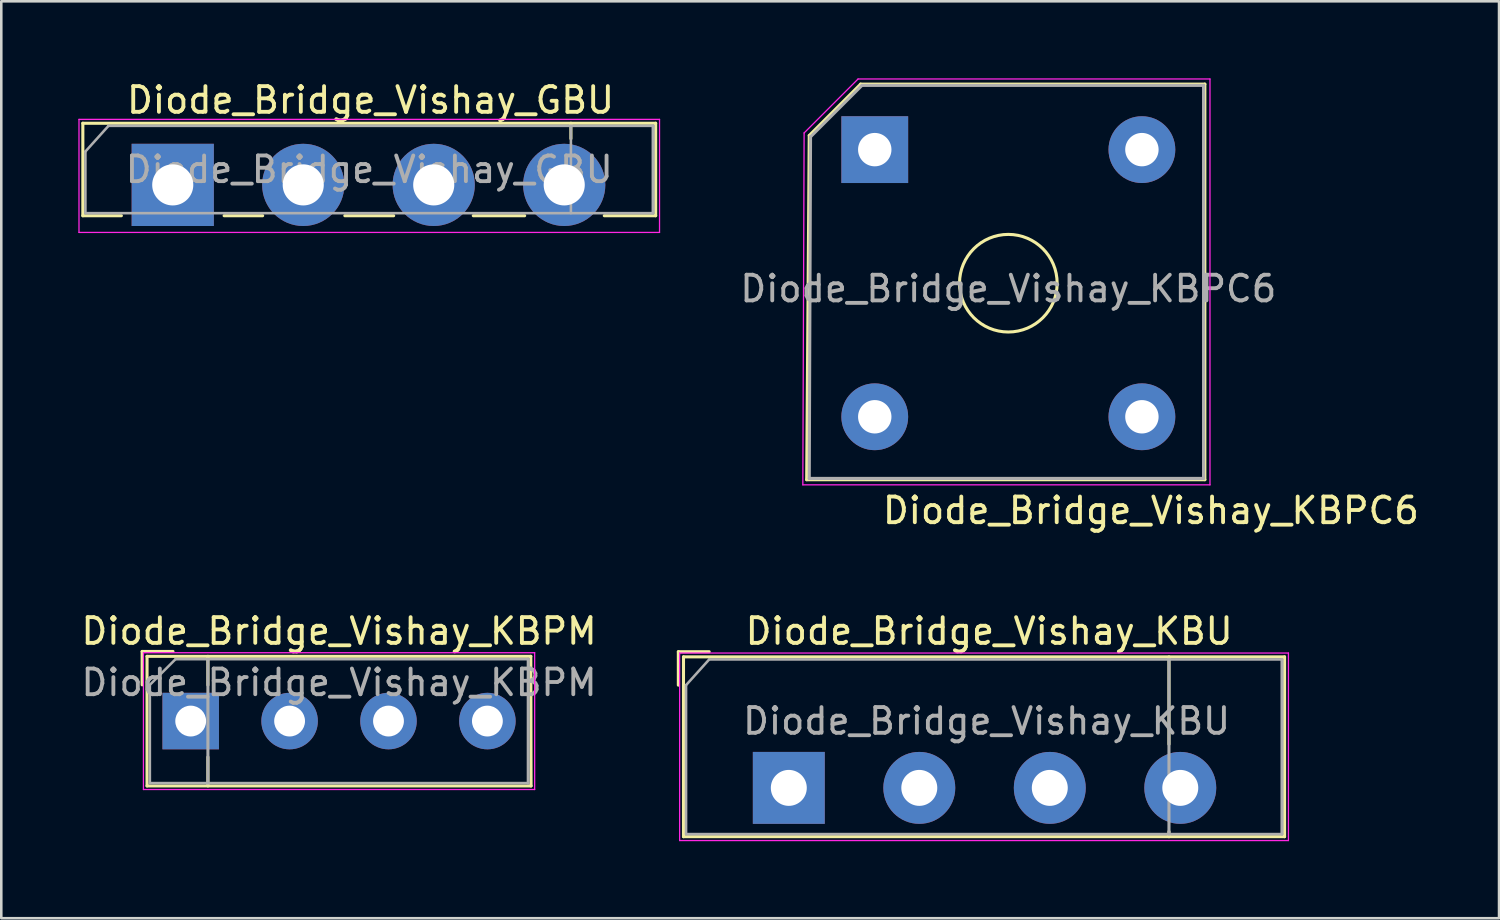
<source format=kicad_pcb>
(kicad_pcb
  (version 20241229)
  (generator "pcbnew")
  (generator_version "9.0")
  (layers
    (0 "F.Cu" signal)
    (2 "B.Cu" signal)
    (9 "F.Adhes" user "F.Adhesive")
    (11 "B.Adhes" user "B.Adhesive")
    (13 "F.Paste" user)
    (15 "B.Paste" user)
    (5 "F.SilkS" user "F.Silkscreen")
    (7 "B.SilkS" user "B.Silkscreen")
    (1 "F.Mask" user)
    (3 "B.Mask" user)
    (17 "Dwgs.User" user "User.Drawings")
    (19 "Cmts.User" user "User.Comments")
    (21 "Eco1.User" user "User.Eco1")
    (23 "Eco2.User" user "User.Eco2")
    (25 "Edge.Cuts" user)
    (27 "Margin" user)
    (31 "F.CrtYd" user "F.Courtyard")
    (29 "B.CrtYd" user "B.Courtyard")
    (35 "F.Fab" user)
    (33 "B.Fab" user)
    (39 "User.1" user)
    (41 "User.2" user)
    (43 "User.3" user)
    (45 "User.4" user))
  (footprint "Diode_Bridge_Vishay_KBPC6"
    (layer "F.Cu")
    (at 31.004 2.775)
    (property "Reference" "Diode_Bridge_Vishay_KBPC6" (at 10.75 14.05 180) (layer "F.SilkS") (effects (font (size 1 1) (thickness 0.15))))
    (attr through_hole)
    (fp_line (start -2.65 12.85) (end 12.85 12.85) (stroke (width 0.12) (type solid)) (layer "F.SilkS"))
    (fp_line (start -2.55 -0.55) (end -2.65 12.85) (stroke (width 0.12) (type solid)) (layer "F.SilkS"))
    (fp_line (start -0.55 -2.55) (end -2.55 -0.55) (stroke (width 0.12) (type solid)) (layer "F.SilkS"))
    (fp_line (start 12.85 -2.55) (end -0.55 -2.55) (stroke (width 0.12) (type solid)) (layer "F.SilkS"))
    (fp_line (start 12.85 12.85) (end 12.85 -2.55) (stroke (width 0.12) (type solid)) (layer "F.SilkS"))
    (fp_circle (center 5.2 5.2) (end 5.2 7.1) (stroke (width 0.12) (type solid)) (fill no) (layer "F.SilkS"))
    (fp_line (start -2.8 13.05) (end -2.75 -0.65) (stroke (width 0.05) (type solid)) (layer "F.CrtYd"))
    (fp_line (start -2.75 -0.65) (end -0.65 -2.75) (stroke (width 0.05) (type solid)) (layer "F.CrtYd"))
    (fp_line (start -0.65 -2.75) (end 13.05 -2.75) (stroke (width 0.05) (type solid)) (layer "F.CrtYd"))
    (fp_line (start 13.05 -2.75) (end 13.05 13.05) (stroke (width 0.05) (type solid)) (layer "F.CrtYd"))
    (fp_line (start 13.05 13.05) (end -2.8 13.05) (stroke (width 0.05) (type solid)) (layer "F.CrtYd"))
    (fp_line (start -2.55 12.8) (end -2.5 -0.5) (stroke (width 0.12) (type solid)) (layer "F.Fab"))
    (fp_line (start -2.5 -0.5) (end -0.5 -2.5) (stroke (width 0.12) (type solid)) (layer "F.Fab"))
    (fp_line (start -0.5 -2.5) (end 12.8 -2.5) (stroke (width 0.12) (type solid)) (layer "F.Fab"))
    (fp_line (start 12.8 -2.5) (end 12.8 12.8) (stroke (width 0.12) (type solid)) (layer "F.Fab"))
    (fp_line (start 12.8 12.8) (end -2.55 12.8) (stroke (width 0.12) (type solid)) (layer "F.Fab"))
    (fp_text user "${REFERENCE}" (at 5.2 5.415 180) (layer "F.Fab") (effects (font (size 1 1) (thickness 0.15))))
    (pad "1" thru_hole rect (at 0 0) (size 2.6 2.6) (drill 1.3) (layers "*.Cu" "*.Mask"))
    (pad "2" thru_hole circle (at 0 10.4) (size 2.6 2.6) (drill 1.3) (layers "*.Cu" "*.Mask"))
    (pad "3" thru_hole circle (at 10.4 10.4) (size 2.6 2.6) (drill 1.3) (layers "*.Cu" "*.Mask"))
    (pad "4" thru_hole circle (at 10.4 0) (size 2.6 2.6) (drill 1.3) (layers "*.Cu" "*.Mask")))
  (footprint "Diode_Bridge_Vishay_GBU"
    (layer "F.Cu")
    (at 3.675 4.148)
    (property "Reference" "Diode_Bridge_Vishay_GBU" (at 7.7 -3.3 0) (layer "F.SilkS") (effects (font (size 1 1) (thickness 0.15))))
    (attr through_hole)
    (fp_line (start -3.5 -2.4) (end -3.5 1.2) (stroke (width 0.12) (type solid)) (layer "F.SilkS"))
    (fp_line (start -3.5 1.2) (end -2 1.2) (stroke (width 0.12) (type solid)) (layer "F.SilkS"))
    (fp_line (start 2 1.2) (end 3.5 1.2) (stroke (width 0.12) (type solid)) (layer "F.SilkS"))
    (fp_line (start 6.7 1.2) (end 8.6 1.2) (stroke (width 0.12) (type solid)) (layer "F.SilkS"))
    (fp_line (start 11.7 1.2) (end 13.7 1.2) (stroke (width 0.12) (type solid)) (layer "F.SilkS"))
    (fp_line (start 15.5 -2.4) (end 15.5 -1.8) (stroke (width 0.12) (type solid)) (layer "F.SilkS"))
    (fp_line (start 16.8 1.2) (end 18.8 1.2) (stroke (width 0.12) (type solid)) (layer "F.SilkS"))
    (fp_line (start 18.8 -2.4) (end -3.5 -2.4) (stroke (width 0.12) (type solid)) (layer "F.SilkS"))
    (fp_line (start 18.8 1.2) (end 18.8 -2.4) (stroke (width 0.12) (type solid)) (layer "F.SilkS"))
    (fp_line (start -3.65 -2.55) (end -3.65 1.85) (stroke (width 0.05) (type solid)) (layer "F.CrtYd"))
    (fp_line (start -3.65 -2.55) (end 18.95 -2.55) (stroke (width 0.05) (type solid)) (layer "F.CrtYd"))
    (fp_line (start 18.95 1.85) (end -3.65 1.85) (stroke (width 0.05) (type solid)) (layer "F.CrtYd"))
    (fp_line (start 18.95 1.85) (end 18.95 -2.55) (stroke (width 0.05) (type solid)) (layer "F.CrtYd"))
    (fp_line (start -3.4 -1.3) (end -3.4 1.1) (stroke (width 0.1) (type solid)) (layer "F.Fab"))
    (fp_line (start -3.4 1.1) (end 18.7 1.1) (stroke (width 0.1) (type solid)) (layer "F.Fab"))
    (fp_line (start -2.5 -2.3) (end -3.4 -1.3) (stroke (width 0.1) (type solid)) (layer "F.Fab"))
    (fp_line (start 15.5 -2.3) (end 15.5 1.1) (stroke (width 0.1) (type solid)) (layer "F.Fab"))
    (fp_line (start 18.7 -2.3) (end -2.5 -2.3) (stroke (width 0.1) (type solid)) (layer "F.Fab"))
    (fp_line (start 18.7 1.1) (end 18.7 -2.3) (stroke (width 0.12) (type solid)) (layer "F.Fab"))
    (fp_text user "${REFERENCE}" (at 7.65 -0.6 0) (layer "F.Fab") (effects (font (size 1 1) (thickness 0.15))))
    (pad "1" thru_hole rect (at 0 0) (size 3.2 3.2) (drill 1.6) (layers "*.Cu" "*.Mask"))
    (pad "2" thru_hole circle (at 5.08 0) (size 3.2 3.2) (drill 1.6) (layers "*.Cu" "*.Mask"))
    (pad "3" thru_hole circle (at 10.16 0) (size 3.2 3.2) (drill 1.6) (layers "*.Cu" "*.Mask"))
    (pad "4" thru_hole circle (at 15.24 0) (size 3.2 3.2) (drill 1.6) (layers "*.Cu" "*.Mask")))
  (footprint "Diode_Bridge_Vishay_KBPM"
    (layer "F.Cu")
    (at 4.374 25.021)
    (property "Reference" "Diode_Bridge_Vishay_KBPM" (at 5.775 -3.5 0) (layer "F.SilkS") (effects (font (size 1 1) (thickness 0.15))))
    (attr through_hole)
    (fp_line (start -1.89 -2.71) (end -0.69 -2.71) (stroke (width 0.12) (type solid)) (layer "F.SilkS"))
    (fp_line (start -1.89 -1.41) (end -1.89 -2.71) (stroke (width 0.12) (type solid)) (layer "F.SilkS"))
    (fp_line (start -1.7 -2.52) (end -1.7 2.525) (stroke (width 0.12) (type solid)) (layer "F.SilkS"))
    (fp_line (start -1.7 2.525) (end 13.25 2.525) (stroke (width 0.12) (type solid)) (layer "F.SilkS"))
    (fp_line (start 0.67 -1.4) (end 0.67 -2.52) (stroke (width 0.12) (type solid)) (layer "F.SilkS"))
    (fp_line (start 0.67 1.4) (end 0.67 2.525) (stroke (width 0.12) (type solid)) (layer "F.SilkS"))
    (fp_line (start 13.24 -2.52) (end -1.7 -2.52) (stroke (width 0.12) (type solid)) (layer "F.SilkS"))
    (fp_line (start 13.25 2.525) (end 13.24 -2.52) (stroke (width 0.12) (type solid)) (layer "F.SilkS"))
    (fp_line (start -1.84 -2.66) (end -1.84 2.665) (stroke (width 0.05) (type solid)) (layer "F.CrtYd"))
    (fp_line (start -1.84 -2.66) (end 13.39 -2.66) (stroke (width 0.05) (type solid)) (layer "F.CrtYd"))
    (fp_line (start 13.39 2.665) (end -1.84 2.665) (stroke (width 0.05) (type solid)) (layer "F.CrtYd"))
    (fp_line (start 13.39 2.665) (end 13.39 -2.66) (stroke (width 0.05) (type solid)) (layer "F.CrtYd"))
    (fp_line (start -1.59 -1.41) (end -1.59 2.415) (stroke (width 0.1) (type solid)) (layer "F.Fab"))
    (fp_line (start -1.59 2.415) (end 13.14 2.415) (stroke (width 0.1) (type solid)) (layer "F.Fab"))
    (fp_line (start -0.59 -2.41) (end -1.59 -1.41) (stroke (width 0.1) (type solid)) (layer "F.Fab"))
    (fp_line (start 0.67 -2.41) (end 0.67 2.415) (stroke (width 0.12) (type solid)) (layer "F.Fab"))
    (fp_line (start 13.14 -2.41) (end -0.59 -2.41) (stroke (width 0.1) (type solid)) (layer "F.Fab"))
    (fp_line (start 13.14 2.415) (end 13.14 -2.41) (stroke (width 0.12) (type solid)) (layer "F.Fab"))
    (fp_text user "${REFERENCE}" (at 5.775 -1.5 0) (layer "F.Fab") (effects (font (size 1 1) (thickness 0.15))))
    (pad "1" thru_hole rect (at 0 0) (size 2.2 2.2) (drill 1.2) (layers "*.Cu" "*.Mask"))
    (pad "2" thru_hole circle (at 3.85 0) (size 2.2 2.2) (drill 1.2) (layers "*.Cu" "*.Mask"))
    (pad "3" thru_hole circle (at 7.7 0) (size 2.2 2.2) (drill 1.2) (layers "*.Cu" "*.Mask"))
    (pad "4" thru_hole circle (at 11.55 0) (size 2.2 2.2) (drill 1.2) (layers "*.Cu" "*.Mask")))
  (footprint "Diode_Bridge_Vishay_KBU"
    (layer "F.Cu")
    (at 27.658 27.622)
    (property "Reference" "Diode_Bridge_Vishay_KBU" (at 7.8 -6.1 0) (layer "F.SilkS") (effects (font (size 1 1) (thickness 0.15))))
    (attr through_hole)
    (fp_line (start -4.3 -5.3) (end -3.1 -5.3) (stroke (width 0.12) (type solid)) (layer "F.SilkS"))
    (fp_line (start -4.3 -4) (end -4.3 -5.3) (stroke (width 0.12) (type solid)) (layer "F.SilkS"))
    (fp_line (start -4.1 -5.1) (end -4.1 1.9) (stroke (width 0.12) (type solid)) (layer "F.SilkS"))
    (fp_line (start -4.1 1.9) (end 19.3 1.9) (stroke (width 0.12) (type solid)) (layer "F.SilkS"))
    (fp_line (start 14.8 -5.1) (end 14.8 -1.7) (stroke (width 0.12) (type solid)) (layer "F.SilkS"))
    (fp_line (start 14.8 1.7) (end 14.8 1.9) (stroke (width 0.12) (type solid)) (layer "F.SilkS"))
    (fp_line (start 19.3 -5.1) (end -4.1 -5.1) (stroke (width 0.12) (type solid)) (layer "F.SilkS"))
    (fp_line (start 19.3 1.9) (end 19.3 -5.1) (stroke (width 0.12) (type solid)) (layer "F.SilkS"))
    (fp_line (start -4.25 -5.25) (end -4.25 2.05) (stroke (width 0.05) (type solid)) (layer "F.CrtYd"))
    (fp_line (start -4.25 -5.25) (end 19.45 -5.25) (stroke (width 0.05) (type solid)) (layer "F.CrtYd"))
    (fp_line (start 19.45 2.05) (end -4.25 2.05) (stroke (width 0.05) (type solid)) (layer "F.CrtYd"))
    (fp_line (start 19.45 2.05) (end 19.45 -5.25) (stroke (width 0.05) (type solid)) (layer "F.CrtYd"))
    (fp_line (start -4 -4) (end -4 1.8) (stroke (width 0.1) (type solid)) (layer "F.Fab"))
    (fp_line (start -4 1.8) (end 19.2 1.8) (stroke (width 0.1) (type solid)) (layer "F.Fab"))
    (fp_line (start -3.1 -5) (end -4 -4) (stroke (width 0.1) (type solid)) (layer "F.Fab"))
    (fp_line (start 14.8 -5) (end 14.8 1.8) (stroke (width 0.12) (type solid)) (layer "F.Fab"))
    (fp_line (start 19.2 -5) (end -3.1 -5) (stroke (width 0.1) (type solid)) (layer "F.Fab"))
    (fp_line (start 19.2 1.8) (end 19.2 -5) (stroke (width 0.12) (type solid)) (layer "F.Fab"))
    (fp_text user "${REFERENCE}" (at 7.7 -2.6 0) (layer "F.Fab") (effects (font (size 1 1) (thickness 0.15))))
    (pad "1" thru_hole rect (at 0 0) (size 2.8 2.8) (drill 1.4) (layers "*.Cu" "*.Mask"))
    (pad "2" thru_hole circle (at 5.08 0) (size 2.8 2.8) (drill 1.4) (layers "*.Cu" "*.Mask"))
    (pad "3" thru_hole circle (at 10.16 0) (size 2.8 2.8) (drill 1.4) (layers "*.Cu" "*.Mask"))
    (pad "4" thru_hole circle (at 15.24 0) (size 2.8 2.8) (drill 1.4) (layers "*.Cu" "*.Mask")))
  (gr_rect
    (start -3 -3)
    (end 55.307 32.697)
    (stroke (width 0.1) (type default))
    (fill no)
    (layer "Edge.Cuts")))
</source>
